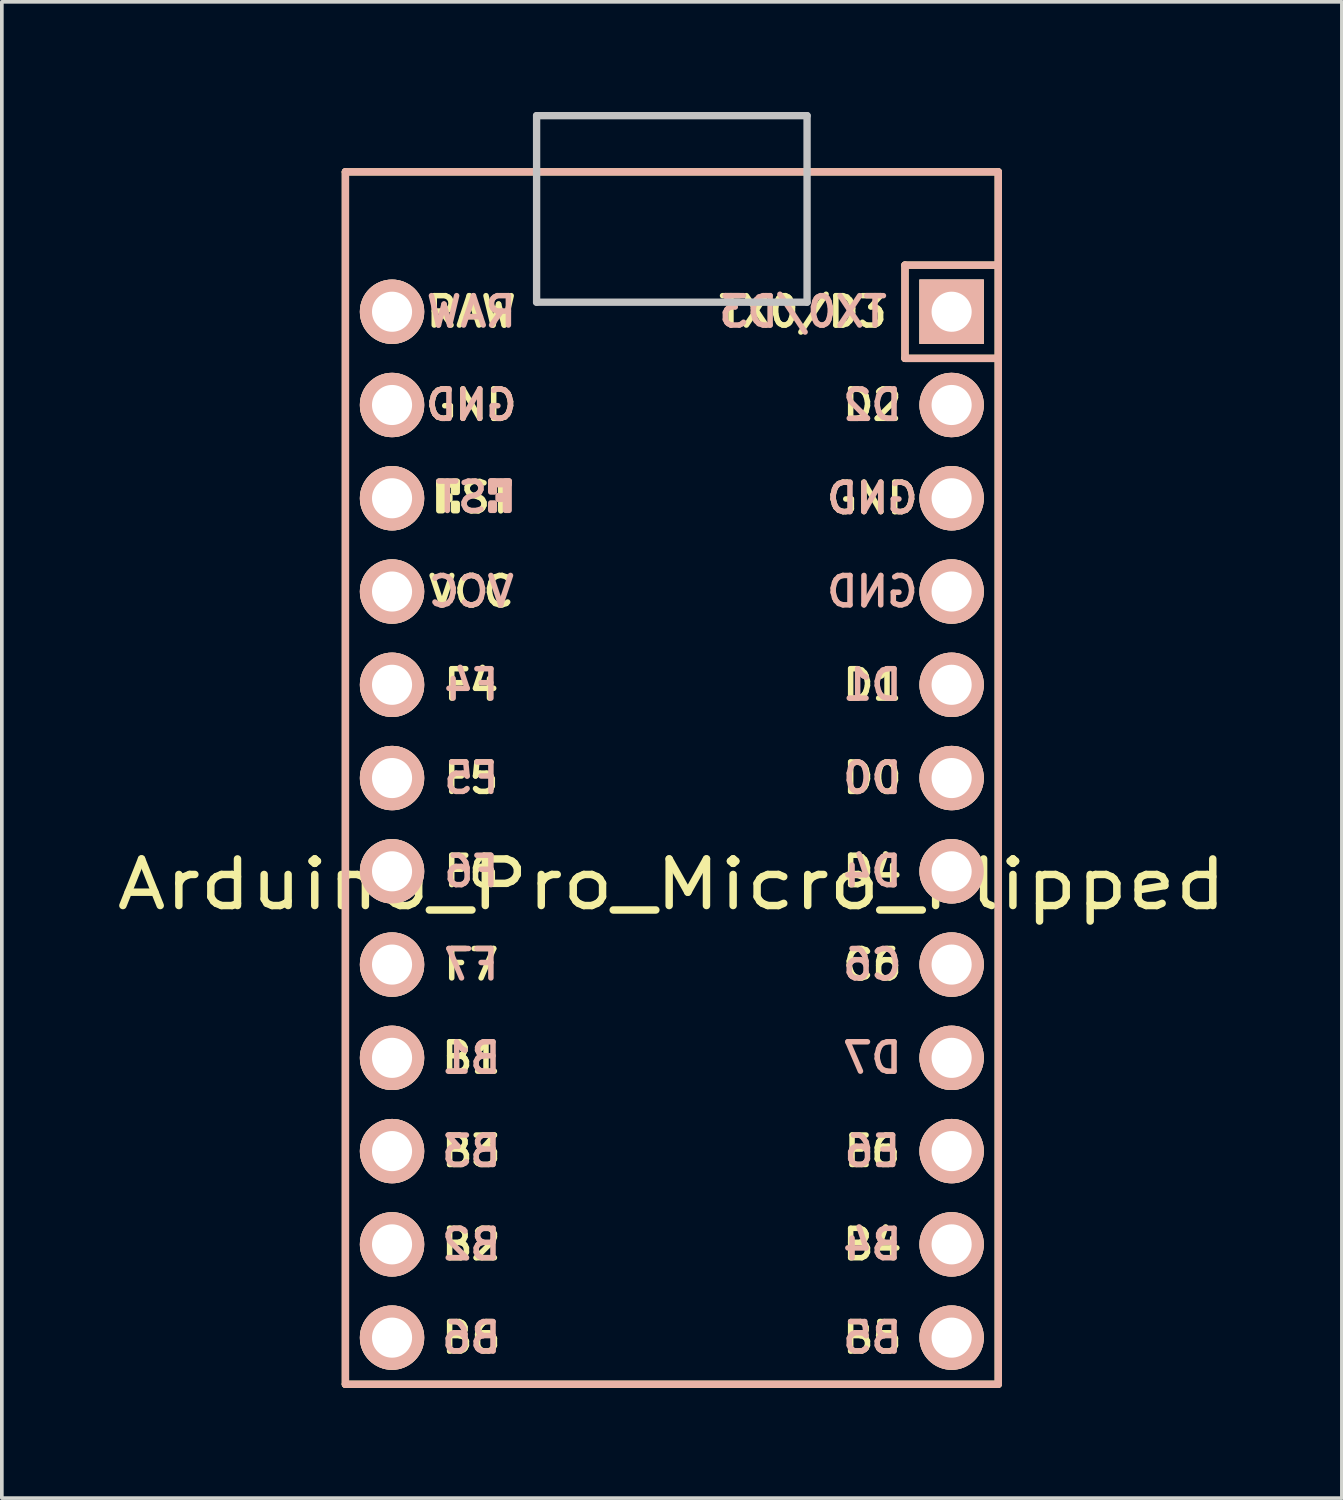
<source format=kicad_pcb>
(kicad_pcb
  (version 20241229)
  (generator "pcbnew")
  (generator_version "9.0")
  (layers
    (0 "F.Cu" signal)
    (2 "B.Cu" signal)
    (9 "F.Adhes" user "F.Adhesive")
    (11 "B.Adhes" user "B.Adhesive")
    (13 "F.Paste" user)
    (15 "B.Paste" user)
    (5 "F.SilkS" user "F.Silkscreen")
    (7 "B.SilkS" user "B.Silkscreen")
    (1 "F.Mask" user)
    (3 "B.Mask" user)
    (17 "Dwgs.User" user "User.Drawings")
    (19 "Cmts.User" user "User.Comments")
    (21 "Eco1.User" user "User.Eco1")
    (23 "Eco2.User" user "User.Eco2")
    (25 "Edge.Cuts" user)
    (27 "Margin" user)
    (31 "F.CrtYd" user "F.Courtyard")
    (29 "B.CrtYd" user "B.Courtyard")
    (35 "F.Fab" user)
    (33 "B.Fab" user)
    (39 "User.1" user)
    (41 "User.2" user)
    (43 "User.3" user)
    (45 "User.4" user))
  (footprint "Arduino_Pro_Micro_Flipped"
    (layer "F.Cu")
    (at 15.247 19.41)
    (property "Reference" "Arduino_Pro_Micro_Flipped" (at 0 1.625 0) (layer "F.SilkS") (effects (font (size 1.27 1.524) (thickness 0.203))))
    (attr through_hole)
    (fp_line (start -8.89 -17.78) (end 8.89 -17.78) (stroke (width 0.2) (type solid)) (layer "F.SilkS"))
    (fp_line (start -8.89 15.24) (end -8.89 -17.78) (stroke (width 0.2) (type solid)) (layer "F.SilkS"))
    (fp_line (start 6.35 -15.24) (end 6.35 -12.7) (stroke (width 0.2) (type solid)) (layer "F.SilkS"))
    (fp_line (start 6.35 -15.24) (end 8.89 -15.24) (stroke (width 0.2) (type solid)) (layer "F.SilkS"))
    (fp_line (start 6.35 -12.7) (end 8.89 -12.7) (stroke (width 0.2) (type solid)) (layer "F.SilkS"))
    (fp_line (start 8.89 -17.78) (end 8.89 15.24) (stroke (width 0.2) (type solid)) (layer "F.SilkS"))
    (fp_line (start 8.89 15.24) (end -8.89 15.24) (stroke (width 0.2) (type solid)) (layer "F.SilkS"))
    (fp_poly (pts (xy -6.245 -9.351) (xy -6.245 -8.551) (xy -6.345 -8.551) (xy -6.345 -9.351)) (stroke (width 0.15) (type solid)) (fill yes) (layer "F.SilkS"))
    (fp_poly (pts (xy -6.045 -8.951) (xy -6.045 -8.851) (xy -6.145 -8.851) (xy -6.145 -8.951)) (stroke (width 0.15) (type solid)) (fill yes) (layer "F.SilkS"))
    (fp_poly (pts (xy -5.845 -9.351) (xy -5.845 -9.251) (xy -6.345 -9.251) (xy -6.345 -9.351)) (stroke (width 0.15) (type solid)) (fill yes) (layer "F.SilkS"))
    (fp_poly (pts (xy -5.845 -9.351) (xy -5.845 -9.051) (xy -5.945 -9.051) (xy -5.945 -9.351)) (stroke (width 0.15) (type solid)) (fill yes) (layer "F.SilkS"))
    (fp_poly (pts (xy -5.845 -8.751) (xy -5.845 -8.551) (xy -5.945 -8.551) (xy -5.945 -8.751)) (stroke (width 0.15) (type solid)) (fill yes) (layer "F.SilkS"))
    (fp_line (start -8.89 -17.78) (end 8.89 -17.78) (stroke (width 0.2) (type solid)) (layer "B.SilkS"))
    (fp_line (start -8.89 15.24) (end -8.89 -17.78) (stroke (width 0.2) (type solid)) (layer "B.SilkS"))
    (fp_line (start 6.35 -15.24) (end 6.35 -12.7) (stroke (width 0.2) (type solid)) (layer "B.SilkS"))
    (fp_line (start 6.35 -15.24) (end 8.89 -15.24) (stroke (width 0.2) (type solid)) (layer "B.SilkS"))
    (fp_line (start 6.35 -12.7) (end 8.89 -12.7) (stroke (width 0.2) (type solid)) (layer "B.SilkS"))
    (fp_line (start 8.89 -17.78) (end 8.89 15.24) (stroke (width 0.2) (type solid)) (layer "B.SilkS"))
    (fp_line (start 8.89 15.24) (end -8.89 15.24) (stroke (width 0.2) (type solid)) (layer "B.SilkS"))
    (fp_poly (pts (xy -4.932 -9.361) (xy -4.932 -9.261) (xy -4.432 -9.261) (xy -4.432 -9.361)) (stroke (width 0.15) (type solid)) (fill yes) (layer "B.SilkS"))
    (fp_poly (pts (xy -4.932 -9.361) (xy -4.932 -9.061) (xy -4.832 -9.061) (xy -4.832 -9.361)) (stroke (width 0.15) (type solid)) (fill yes) (layer "B.SilkS"))
    (fp_poly (pts (xy -4.932 -8.761) (xy -4.932 -8.561) (xy -4.832 -8.561) (xy -4.832 -8.761)) (stroke (width 0.15) (type solid)) (fill yes) (layer "B.SilkS"))
    (fp_poly (pts (xy -4.732 -8.961) (xy -4.732 -8.861) (xy -4.632 -8.861) (xy -4.632 -8.961)) (stroke (width 0.15) (type solid)) (fill yes) (layer "B.SilkS"))
    (fp_poly (pts (xy -4.532 -9.361) (xy -4.532 -8.561) (xy -4.432 -8.561) (xy -4.432 -9.361)) (stroke (width 0.15) (type solid)) (fill yes) (layer "B.SilkS"))
    (fp_line (start -3.683 -19.31) (end -3.683 -14.23) (stroke (width 0.2) (type solid)) (layer "Dwgs.User"))
    (fp_line (start -3.683 -14.23) (end 3.683 -14.23) (stroke (width 0.2) (type solid)) (layer "Dwgs.User"))
    (fp_line (start 3.683 -19.31) (end -3.683 -19.31) (stroke (width 0.2) (type solid)) (layer "Dwgs.User"))
    (fp_line (start 3.683 -14.23) (end 3.683 -19.31) (stroke (width 0.2) (type solid)) (layer "Dwgs.User"))
    (fp_text user "D1" (at 5.461 -3.81 0) (layer "F.SilkS") (effects (font (size 0.8 0.8) (thickness 0.15))))
    (fp_text user "F6" (at -5.461 1.27 0) (layer "F.SilkS") (effects (font (size 0.8 0.8) (thickness 0.15))))
    (fp_text user "B1" (at -5.461 6.35 0) (layer "F.SilkS") (effects (font (size 0.8 0.8) (thickness 0.15))))
    (fp_text user "B2" (at -5.461 11.43 0) (layer "F.SilkS") (effects (font (size 0.8 0.8) (thickness 0.15))))
    (fp_text user "GND" (at 5.461 -8.89 0) (layer "F.SilkS") (effects (font (size 0.8 0.8) (thickness 0.15))))
    (fp_text user "B6" (at -5.461 13.97 0) (layer "F.SilkS") (effects (font (size 0.8 0.8) (thickness 0.15))))
    (fp_text user "ST" (at -5.04 -8.91 0) (layer "F.SilkS") (effects (font (size 0.8 0.8) (thickness 0.15))))
    (fp_text user "B5" (at 5.461 13.97 0) (layer "F.SilkS") (effects (font (size 0.8 0.8) (thickness 0.15))))
    (fp_text user "D4" (at 5.461 1.27 0) (layer "F.SilkS") (effects (font (size 0.8 0.8) (thickness 0.15))))
    (fp_text user "RAW" (at -5.461 -13.97 0) (layer "F.SilkS") (effects (font (size 0.8 0.8) (thickness 0.15))))
    (fp_text user "F5" (at -5.461 -1.27 0) (layer "F.SilkS") (effects (font (size 0.8 0.8) (thickness 0.15))))
    (fp_text user "B4" (at 5.461 11.43 0) (layer "F.SilkS") (effects (font (size 0.8 0.8) (thickness 0.15))))
    (fp_text user "TX0/D3" (at 3.572 -13.97 0) (layer "F.SilkS") (effects (font (size 0.8 0.8) (thickness 0.15))))
    (fp_text user "F4" (at -5.461 -3.81 0) (layer "F.SilkS") (effects (font (size 0.8 0.8) (thickness 0.15))))
    (fp_text user "D0" (at 5.461 -1.27 0) (layer "F.SilkS") (effects (font (size 0.8 0.8) (thickness 0.15))))
    (fp_text user "F7" (at -5.461 3.81 0) (layer "F.SilkS") (effects (font (size 0.8 0.8) (thickness 0.15))))
    (fp_text user "D2" (at 5.461 -11.43 0) (layer "F.SilkS") (effects (font (size 0.8 0.8) (thickness 0.15))))
    (fp_text user "GND" (at -5.461 -11.43 0) (layer "F.SilkS") (effects (font (size 0.8 0.8) (thickness 0.15))))
    (fp_text user "C6" (at 5.461 3.81 0) (layer "F.SilkS") (effects (font (size 0.8 0.8) (thickness 0.15))))
    (fp_text user "B3" (at -5.461 8.89 0) (layer "F.SilkS") (effects (font (size 0.8 0.8) (thickness 0.15))))
    (fp_text user "E6" (at 5.461 8.89 0) (layer "F.SilkS") (effects (font (size 0.8 0.8) (thickness 0.15))))
    (fp_text user "VCC" (at -5.461 -6.35 0) (layer "F.SilkS") (effects (font (size 0.8 0.8) (thickness 0.15))))
    (fp_text user "F4" (at -5.461 -3.81 0) (layer "B.SilkS") (effects (font (size 0.8 0.8) (thickness 0.15)) (justify mirror)))
    (fp_text user "B3" (at -5.461 8.89 0) (layer "B.SilkS") (effects (font (size 0.8 0.8) (thickness 0.15)) (justify mirror)))
    (fp_text user "F5" (at -5.461 -1.27 0) (layer "B.SilkS") (effects (font (size 0.8 0.8) (thickness 0.15)) (justify mirror)))
    (fp_text user "F7" (at -5.461 3.81 0) (layer "B.SilkS") (effects (font (size 0.8 0.8) (thickness 0.15)) (justify mirror)))
    (fp_text user "VCC" (at -5.461 -6.35 0) (layer "B.SilkS") (effects (font (size 0.8 0.8) (thickness 0.15)) (justify mirror)))
    (fp_text user "C6" (at 5.461 3.81 0) (layer "B.SilkS") (effects (font (size 0.8 0.8) (thickness 0.15)) (justify mirror)))
    (fp_text user "TX0/D3" (at 3.572 -13.97 0) (layer "B.SilkS") (effects (font (size 0.8 0.8) (thickness 0.15)) (justify mirror)))
    (fp_text user "B5" (at 5.461 13.97 0) (layer "B.SilkS") (effects (font (size 0.8 0.8) (thickness 0.15)) (justify mirror)))
    (fp_text user "GND" (at -5.461 -11.43 0) (layer "B.SilkS") (effects (font (size 0.8 0.8) (thickness 0.15)) (justify mirror)))
    (fp_text user "B2" (at -5.461 11.43 0) (layer "B.SilkS") (effects (font (size 0.8 0.8) (thickness 0.15)) (justify mirror)))
    (fp_text user "D4" (at 5.461 1.27 0) (layer "B.SilkS") (effects (font (size 0.8 0.8) (thickness 0.15)) (justify mirror)))
    (fp_text user "B4" (at 5.461 11.43 0) (layer "B.SilkS") (effects (font (size 0.8 0.8) (thickness 0.15)) (justify mirror)))
    (fp_text user "B6" (at -5.461 13.97 0) (layer "B.SilkS") (effects (font (size 0.8 0.8) (thickness 0.15)) (justify mirror)))
    (fp_text user "RAW" (at -5.461 -13.97 0) (layer "B.SilkS") (effects (font (size 0.8 0.8) (thickness 0.15)) (justify mirror)))
    (fp_text user "ST" (at -5.733 -8.92 0) (layer "B.SilkS") (effects (font (size 0.8 0.8) (thickness 0.15)) (justify mirror)))
    (fp_text user "D1" (at 5.461 -3.81 0) (layer "B.SilkS") (effects (font (size 0.8 0.8) (thickness 0.15)) (justify mirror)))
    (fp_text user "GND" (at 5.461 -8.89 0) (layer "B.SilkS") (effects (font (size 0.8 0.8) (thickness 0.15)) (justify mirror)))
    (fp_text user "D0" (at 5.461 -1.27 0) (layer "B.SilkS") (effects (font (size 0.8 0.8) (thickness 0.15)) (justify mirror)))
    (fp_text user "GND" (at 5.461 -6.35 0) (layer "B.SilkS") (effects (font (size 0.8 0.8) (thickness 0.15)) (justify mirror)))
    (fp_text user "D7" (at 5.461 6.35 0) (layer "B.SilkS") (effects (font (size 0.8 0.8) (thickness 0.15)) (justify mirror)))
    (fp_text user "D2" (at 5.461 -11.43 0) (layer "B.SilkS") (effects (font (size 0.8 0.8) (thickness 0.15)) (justify mirror)))
    (fp_text user "B1" (at -5.461 6.35 0) (layer "B.SilkS") (effects (font (size 0.8 0.8) (thickness 0.15)) (justify mirror)))
    (fp_text user "E6" (at 5.461 8.89 0) (layer "B.SilkS") (effects (font (size 0.8 0.8) (thickness 0.15)) (justify mirror)))
    (fp_text user "F6" (at -5.461 1.27 0) (layer "B.SilkS") (effects (font (size 0.8 0.8) (thickness 0.15)) (justify mirror)))
    (pad "1" thru_hole rect (at 7.62 -13.97 90) (size 1.753 1.753) (drill 1.092) (layers "*.Cu" "*.SilkS" "*.Mask"))
    (pad "2" thru_hole circle (at 7.62 -11.43 90) (size 1.753 1.753) (drill 1.092) (layers "*.Cu" "*.SilkS" "*.Mask"))
    (pad "3" thru_hole circle (at 7.62 -8.89 90) (size 1.753 1.753) (drill 1.092) (layers "*.Cu" "*.SilkS" "*.Mask"))
    (pad "4" thru_hole circle (at 7.62 -6.35 90) (size 1.753 1.753) (drill 1.092) (layers "*.Cu" "*.SilkS" "*.Mask"))
    (pad "5" thru_hole circle (at 7.62 -3.81 90) (size 1.753 1.753) (drill 1.092) (layers "*.Cu" "*.SilkS" "*.Mask"))
    (pad "6" thru_hole circle (at 7.62 -1.27 90) (size 1.753 1.753) (drill 1.092) (layers "*.Cu" "*.SilkS" "*.Mask"))
    (pad "7" thru_hole circle (at 7.62 1.27 90) (size 1.753 1.753) (drill 1.092) (layers "*.Cu" "*.SilkS" "*.Mask"))
    (pad "8" thru_hole circle (at 7.62 3.81 90) (size 1.753 1.753) (drill 1.092) (layers "*.Cu" "*.SilkS" "*.Mask"))
    (pad "9" thru_hole circle (at 7.62 6.35 90) (size 1.753 1.753) (drill 1.092) (layers "*.Cu" "*.SilkS" "*.Mask"))
    (pad "10" thru_hole circle (at 7.62 8.89 90) (size 1.753 1.753) (drill 1.092) (layers "*.Cu" "*.SilkS" "*.Mask"))
    (pad "11" thru_hole circle (at 7.62 11.43 90) (size 1.753 1.753) (drill 1.092) (layers "*.Cu" "*.SilkS" "*.Mask"))
    (pad "12" thru_hole circle (at 7.62 13.97 90) (size 1.753 1.753) (drill 1.092) (layers "*.Cu" "*.SilkS" "*.Mask"))
    (pad "13" thru_hole circle (at -7.62 13.97 90) (size 1.753 1.753) (drill 1.092) (layers "*.Cu" "*.SilkS" "*.Mask"))
    (pad "14" thru_hole circle (at -7.62 11.43 90) (size 1.753 1.753) (drill 1.092) (layers "*.Cu" "*.SilkS" "*.Mask"))
    (pad "15" thru_hole circle (at -7.62 8.89 90) (size 1.753 1.753) (drill 1.092) (layers "*.Cu" "*.SilkS" "*.Mask"))
    (pad "16" thru_hole circle (at -7.62 6.35 90) (size 1.753 1.753) (drill 1.092) (layers "*.Cu" "*.SilkS" "*.Mask"))
    (pad "17" thru_hole circle (at -7.62 3.81 90) (size 1.753 1.753) (drill 1.092) (layers "*.Cu" "*.SilkS" "*.Mask"))
    (pad "18" thru_hole circle (at -7.62 1.27 90) (size 1.753 1.753) (drill 1.092) (layers "*.Cu" "*.SilkS" "*.Mask"))
    (pad "19" thru_hole circle (at -7.62 -1.27 90) (size 1.753 1.753) (drill 1.092) (layers "*.Cu" "*.SilkS" "*.Mask"))
    (pad "20" thru_hole circle (at -7.62 -3.81 90) (size 1.753 1.753) (drill 1.092) (layers "*.Cu" "*.SilkS" "*.Mask"))
    (pad "21" thru_hole circle (at -7.62 -6.35 90) (size 1.753 1.753) (drill 1.092) (layers "*.Cu" "*.SilkS" "*.Mask"))
    (pad "22" thru_hole circle (at -7.62 -8.89 90) (size 1.753 1.753) (drill 1.092) (layers "*.Cu" "*.SilkS" "*.Mask"))
    (pad "23" thru_hole circle (at -7.62 -11.43 90) (size 1.753 1.753) (drill 1.092) (layers "*.Cu" "*.SilkS" "*.Mask"))
    (pad "24" thru_hole circle (at -7.62 -13.97 90) (size 1.753 1.753) (drill 1.092) (layers "*.Cu" "*.SilkS" "*.Mask")))
  (gr_rect
    (start -3 -3)
    (end 33.495 37.75)
    (stroke (width 0.1) (type default))
    (fill no)
    (layer "Edge.Cuts")))
</source>
